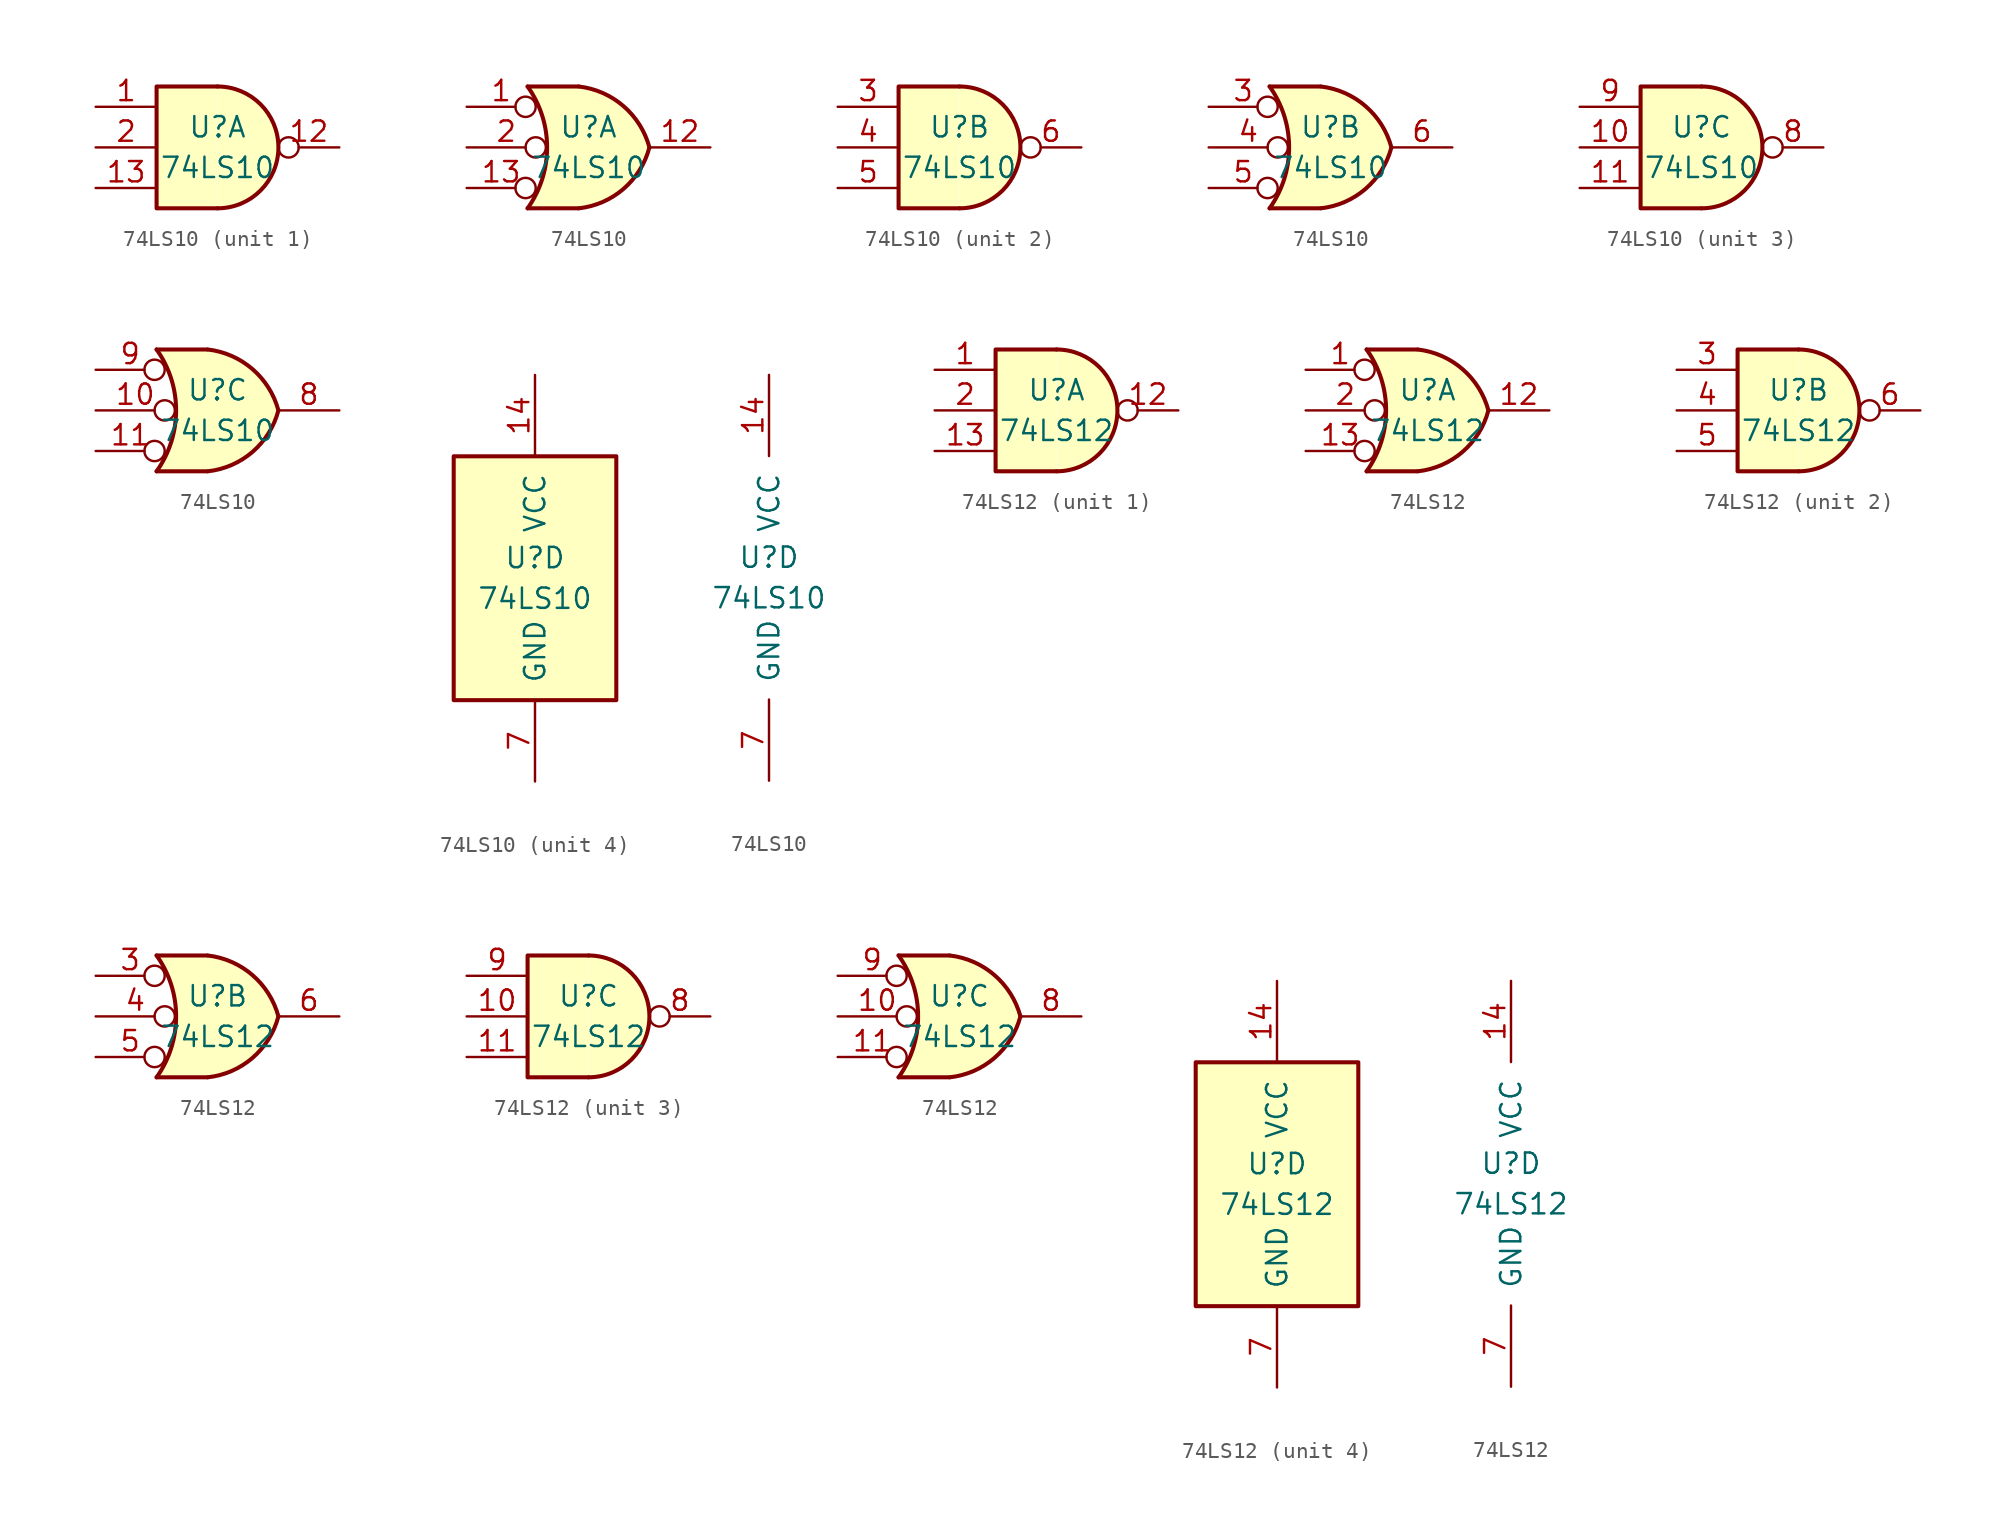
<source format=kicad_sym>
(kicad_symbol_lib
  (version 20241209)
  (generator "kicad_symbol_editor")
  (generator_version "9.0")
  (symbol "74LS10"
    (pin_names
      (offset 1.016))
    (property "Reference" "U"
      (at 0 1.27 0)
      (effects (font (size 1.27 1.27))))
    (property "Value" "74LS10"
      (at 0 -1.27 0)
      (effects (font (size 1.27 1.27))))
    (property "ki_locked" ""
      (at 0 0 0)
      (effects (font (size 1.27 1.27))))
    (symbol "74LS10_1_1"
      (polyline (pts (xy 0 3.81) (xy -3.81 3.81) (xy -3.81 -3.81) (xy 0 -3.81)) (stroke (width 0.254) (type solid)) (fill (type background)))
      (arc (start 0 3.81) (mid 3.81 0) (end 0 -3.81) (stroke (width 0.254) (type solid)) (fill (type background)))
      (pin input line (at -7.62 2.54 0) (length 3.81) (name "~" (effects (font (size 1.27 1.27)))) (number "1" (effects (font (size 1.27 1.27)))))
      (pin input line (at -7.62 0 0) (length 3.81) (name "~" (effects (font (size 1.27 1.27)))) (number "2" (effects (font (size 1.27 1.27)))))
      (pin input line (at -7.62 -2.54 0) (length 3.81) (name "~" (effects (font (size 1.27 1.27)))) (number "13" (effects (font (size 1.27 1.27)))))
      (pin output inverted (at 7.62 0 180) (length 3.81) (name "~" (effects (font (size 1.27 1.27)))) (number "12" (effects (font (size 1.27 1.27))))))
    (symbol "74LS10_1_2"
      (arc (start -3.81 3.81) (mid -2.589 0) (end -3.81 -3.81) (stroke (width 0.254) (type solid)) (fill (type none)))
      (polyline (pts (xy -3.81 3.81) (xy -0.635 3.81)) (stroke (width 0.254) (type solid)) (fill (type background)))
      (polyline (pts (xy -3.81 -3.81) (xy -0.635 -3.81)) (stroke (width 0.254) (type solid)) (fill (type background)))
      (arc (start 3.81 0) (mid 2.1915 -2.5936) (end -0.6096 -3.81) (stroke (width 0.254) (type solid)) (fill (type background)))
      (arc (start -0.6096 3.81) (mid 2.1842 2.5851) (end 3.81 0) (stroke (width 0.254) (type solid)) (fill (type background)))
      (polyline (pts (xy -0.635 3.81) (xy -3.81 3.81) (xy -3.81 3.81) (xy -3.556 3.404) (xy -3.023 2.261) (xy -2.692 1.041) (xy -2.616 -0.254) (xy -2.769 -1.499) (xy -3.175 -2.718) (xy -3.81 -3.81) (xy -3.81 -3.81) (xy -0.635 -3.81)) (stroke (width -25.4) (type solid)) (fill (type background)))
      (pin input inverted (at -7.62 2.54 0) (length 4.318) (name "~" (effects (font (size 1.27 1.27)))) (number "1" (effects (font (size 1.27 1.27)))))
      (pin input inverted (at -7.62 0 0) (length 4.953) (name "~" (effects (font (size 1.27 1.27)))) (number "2" (effects (font (size 1.27 1.27)))))
      (pin input inverted (at -7.62 -2.54 0) (length 4.318) (name "~" (effects (font (size 1.27 1.27)))) (number "13" (effects (font (size 1.27 1.27)))))
      (pin output line (at 7.62 0 180) (length 3.81) (name "~" (effects (font (size 1.27 1.27)))) (number "12" (effects (font (size 1.27 1.27))))))
    (symbol "74LS10_2_1"
      (polyline (pts (xy 0 3.81) (xy -3.81 3.81) (xy -3.81 -3.81) (xy 0 -3.81)) (stroke (width 0.254) (type solid)) (fill (type background)))
      (arc (start 0 3.81) (mid 3.81 0) (end 0 -3.81) (stroke (width 0.254) (type solid)) (fill (type background)))
      (pin input line (at -7.62 2.54 0) (length 3.81) (name "~" (effects (font (size 1.27 1.27)))) (number "3" (effects (font (size 1.27 1.27)))))
      (pin input line (at -7.62 0 0) (length 3.81) (name "~" (effects (font (size 1.27 1.27)))) (number "4" (effects (font (size 1.27 1.27)))))
      (pin input line (at -7.62 -2.54 0) (length 3.81) (name "~" (effects (font (size 1.27 1.27)))) (number "5" (effects (font (size 1.27 1.27)))))
      (pin output inverted (at 7.62 0 180) (length 3.81) (name "~" (effects (font (size 1.27 1.27)))) (number "6" (effects (font (size 1.27 1.27))))))
    (symbol "74LS10_2_2"
      (arc (start -3.81 3.81) (mid -2.589 0) (end -3.81 -3.81) (stroke (width 0.254) (type solid)) (fill (type none)))
      (polyline (pts (xy -3.81 3.81) (xy -0.635 3.81)) (stroke (width 0.254) (type solid)) (fill (type background)))
      (polyline (pts (xy -3.81 -3.81) (xy -0.635 -3.81)) (stroke (width 0.254) (type solid)) (fill (type background)))
      (arc (start 3.81 0) (mid 2.1915 -2.5936) (end -0.6096 -3.81) (stroke (width 0.254) (type solid)) (fill (type background)))
      (arc (start -0.6096 3.81) (mid 2.1842 2.5851) (end 3.81 0) (stroke (width 0.254) (type solid)) (fill (type background)))
      (polyline (pts (xy -0.635 3.81) (xy -3.81 3.81) (xy -3.81 3.81) (xy -3.556 3.404) (xy -3.023 2.261) (xy -2.692 1.041) (xy -2.616 -0.254) (xy -2.769 -1.499) (xy -3.175 -2.718) (xy -3.81 -3.81) (xy -3.81 -3.81) (xy -0.635 -3.81)) (stroke (width -25.4) (type solid)) (fill (type background)))
      (pin input inverted (at -7.62 2.54 0) (length 4.318) (name "~" (effects (font (size 1.27 1.27)))) (number "3" (effects (font (size 1.27 1.27)))))
      (pin input inverted (at -7.62 0 0) (length 4.953) (name "~" (effects (font (size 1.27 1.27)))) (number "4" (effects (font (size 1.27 1.27)))))
      (pin input inverted (at -7.62 -2.54 0) (length 4.318) (name "~" (effects (font (size 1.27 1.27)))) (number "5" (effects (font (size 1.27 1.27)))))
      (pin output line (at 7.62 0 180) (length 3.81) (name "~" (effects (font (size 1.27 1.27)))) (number "6" (effects (font (size 1.27 1.27))))))
    (symbol "74LS10_3_1"
      (polyline (pts (xy 0 3.81) (xy -3.81 3.81) (xy -3.81 -3.81) (xy 0 -3.81)) (stroke (width 0.254) (type solid)) (fill (type background)))
      (arc (start 0 3.81) (mid 3.81 0) (end 0 -3.81) (stroke (width 0.254) (type solid)) (fill (type background)))
      (pin input line (at -7.62 2.54 0) (length 3.81) (name "~" (effects (font (size 1.27 1.27)))) (number "9" (effects (font (size 1.27 1.27)))))
      (pin input line (at -7.62 0 0) (length 3.81) (name "~" (effects (font (size 1.27 1.27)))) (number "10" (effects (font (size 1.27 1.27)))))
      (pin input line (at -7.62 -2.54 0) (length 3.81) (name "~" (effects (font (size 1.27 1.27)))) (number "11" (effects (font (size 1.27 1.27)))))
      (pin output inverted (at 7.62 0 180) (length 3.81) (name "~" (effects (font (size 1.27 1.27)))) (number "8" (effects (font (size 1.27 1.27))))))
    (symbol "74LS10_3_2"
      (arc (start -3.81 3.81) (mid -2.589 0) (end -3.81 -3.81) (stroke (width 0.254) (type solid)) (fill (type none)))
      (polyline (pts (xy -3.81 3.81) (xy -0.635 3.81)) (stroke (width 0.254) (type solid)) (fill (type background)))
      (polyline (pts (xy -3.81 -3.81) (xy -0.635 -3.81)) (stroke (width 0.254) (type solid)) (fill (type background)))
      (arc (start 3.81 0) (mid 2.1915 -2.5936) (end -0.6096 -3.81) (stroke (width 0.254) (type solid)) (fill (type background)))
      (arc (start -0.6096 3.81) (mid 2.1842 2.5851) (end 3.81 0) (stroke (width 0.254) (type solid)) (fill (type background)))
      (polyline (pts (xy -0.635 3.81) (xy -3.81 3.81) (xy -3.81 3.81) (xy -3.556 3.404) (xy -3.023 2.261) (xy -2.692 1.041) (xy -2.616 -0.254) (xy -2.769 -1.499) (xy -3.175 -2.718) (xy -3.81 -3.81) (xy -3.81 -3.81) (xy -0.635 -3.81)) (stroke (width -25.4) (type solid)) (fill (type background)))
      (pin input inverted (at -7.62 2.54 0) (length 4.318) (name "~" (effects (font (size 1.27 1.27)))) (number "9" (effects (font (size 1.27 1.27)))))
      (pin input inverted (at -7.62 0 0) (length 4.953) (name "~" (effects (font (size 1.27 1.27)))) (number "10" (effects (font (size 1.27 1.27)))))
      (pin input inverted (at -7.62 -2.54 0) (length 4.318) (name "~" (effects (font (size 1.27 1.27)))) (number "11" (effects (font (size 1.27 1.27)))))
      (pin output line (at 7.62 0 180) (length 3.81) (name "~" (effects (font (size 1.27 1.27)))) (number "8" (effects (font (size 1.27 1.27))))))
    (symbol "74LS10_4_0"
      (pin power_in line (at 0 12.7 270) (length 5.08) (name "VCC" (effects (font (size 1.27 1.27)))) (number "14" (effects (font (size 1.27 1.27)))))
      (pin power_in line (at 0 -12.7 90) (length 5.08) (name "GND" (effects (font (size 1.27 1.27)))) (number "7" (effects (font (size 1.27 1.27))))))
    (symbol "74LS10_4_1"
      (rectangle (start -5.08 7.62) (end 5.08 -7.62) (stroke (width 0.254) (type solid)) (fill (type background)))))
  (symbol "74LS12"
    (pin_names
      (offset 1.016))
    (property "Reference" "U"
      (at 0 1.27 0)
      (effects (font (size 1.27 1.27))))
    (property "Value" "74LS12"
      (at 0 -1.27 0)
      (effects (font (size 1.27 1.27))))
    (property "ki_locked" ""
      (at 0 0 0)
      (effects (font (size 1.27 1.27))))
    (symbol "74LS12_1_1"
      (polyline (pts (xy 0 3.81) (xy -3.81 3.81) (xy -3.81 -3.81) (xy 0 -3.81)) (stroke (width 0.254) (type solid)) (fill (type background)))
      (arc (start 0 3.81) (mid 3.81 0) (end 0 -3.81) (stroke (width 0.254) (type solid)) (fill (type background)))
      (pin input line (at -7.62 2.54 0) (length 3.81) (name "~" (effects (font (size 1.27 1.27)))) (number "1" (effects (font (size 1.27 1.27)))))
      (pin input line (at -7.62 0 0) (length 3.81) (name "~" (effects (font (size 1.27 1.27)))) (number "2" (effects (font (size 1.27 1.27)))))
      (pin input line (at -7.62 -2.54 0) (length 3.81) (name "~" (effects (font (size 1.27 1.27)))) (number "13" (effects (font (size 1.27 1.27)))))
      (pin open_collector inverted (at 7.62 0 180) (length 3.81) (name "~" (effects (font (size 1.27 1.27)))) (number "12" (effects (font (size 1.27 1.27))))))
    (symbol "74LS12_1_2"
      (arc (start -3.81 3.81) (mid -2.589 0) (end -3.81 -3.81) (stroke (width 0.254) (type solid)) (fill (type none)))
      (polyline (pts (xy -3.81 3.81) (xy -0.635 3.81)) (stroke (width 0.254) (type solid)) (fill (type background)))
      (polyline (pts (xy -3.81 -3.81) (xy -0.635 -3.81)) (stroke (width 0.254) (type solid)) (fill (type background)))
      (arc (start 3.81 0) (mid 2.1915 -2.5936) (end -0.6096 -3.81) (stroke (width 0.254) (type solid)) (fill (type background)))
      (arc (start -0.6096 3.81) (mid 2.1842 2.5851) (end 3.81 0) (stroke (width 0.254) (type solid)) (fill (type background)))
      (polyline (pts (xy -0.635 3.81) (xy -3.81 3.81) (xy -3.81 3.81) (xy -3.556 3.404) (xy -3.023 2.261) (xy -2.692 1.041) (xy -2.616 -0.254) (xy -2.769 -1.499) (xy -3.175 -2.718) (xy -3.81 -3.81) (xy -3.81 -3.81) (xy -0.635 -3.81)) (stroke (width -25.4) (type solid)) (fill (type background)))
      (pin input inverted (at -7.62 2.54 0) (length 4.318) (name "~" (effects (font (size 1.27 1.27)))) (number "1" (effects (font (size 1.27 1.27)))))
      (pin input inverted (at -7.62 0 0) (length 4.953) (name "~" (effects (font (size 1.27 1.27)))) (number "2" (effects (font (size 1.27 1.27)))))
      (pin input inverted (at -7.62 -2.54 0) (length 4.318) (name "~" (effects (font (size 1.27 1.27)))) (number "13" (effects (font (size 1.27 1.27)))))
      (pin open_collector line (at 7.62 0 180) (length 3.81) (name "~" (effects (font (size 1.27 1.27)))) (number "12" (effects (font (size 1.27 1.27))))))
    (symbol "74LS12_2_1"
      (polyline (pts (xy 0 3.81) (xy -3.81 3.81) (xy -3.81 -3.81) (xy 0 -3.81)) (stroke (width 0.254) (type solid)) (fill (type background)))
      (arc (start 0 3.81) (mid 3.81 0) (end 0 -3.81) (stroke (width 0.254) (type solid)) (fill (type background)))
      (pin input line (at -7.62 2.54 0) (length 3.81) (name "~" (effects (font (size 1.27 1.27)))) (number "3" (effects (font (size 1.27 1.27)))))
      (pin input line (at -7.62 0 0) (length 3.81) (name "~" (effects (font (size 1.27 1.27)))) (number "4" (effects (font (size 1.27 1.27)))))
      (pin input line (at -7.62 -2.54 0) (length 3.81) (name "~" (effects (font (size 1.27 1.27)))) (number "5" (effects (font (size 1.27 1.27)))))
      (pin open_collector inverted (at 7.62 0 180) (length 3.81) (name "~" (effects (font (size 1.27 1.27)))) (number "6" (effects (font (size 1.27 1.27))))))
    (symbol "74LS12_2_2"
      (arc (start -3.81 3.81) (mid -2.589 0) (end -3.81 -3.81) (stroke (width 0.254) (type solid)) (fill (type none)))
      (polyline (pts (xy -3.81 3.81) (xy -0.635 3.81)) (stroke (width 0.254) (type solid)) (fill (type background)))
      (polyline (pts (xy -3.81 -3.81) (xy -0.635 -3.81)) (stroke (width 0.254) (type solid)) (fill (type background)))
      (arc (start 3.81 0) (mid 2.1915 -2.5936) (end -0.6096 -3.81) (stroke (width 0.254) (type solid)) (fill (type background)))
      (arc (start -0.6096 3.81) (mid 2.1842 2.5851) (end 3.81 0) (stroke (width 0.254) (type solid)) (fill (type background)))
      (polyline (pts (xy -0.635 3.81) (xy -3.81 3.81) (xy -3.81 3.81) (xy -3.556 3.404) (xy -3.023 2.261) (xy -2.692 1.041) (xy -2.616 -0.254) (xy -2.769 -1.499) (xy -3.175 -2.718) (xy -3.81 -3.81) (xy -3.81 -3.81) (xy -0.635 -3.81)) (stroke (width -25.4) (type solid)) (fill (type background)))
      (pin input inverted (at -7.62 2.54 0) (length 4.318) (name "~" (effects (font (size 1.27 1.27)))) (number "3" (effects (font (size 1.27 1.27)))))
      (pin input inverted (at -7.62 0 0) (length 4.953) (name "~" (effects (font (size 1.27 1.27)))) (number "4" (effects (font (size 1.27 1.27)))))
      (pin input inverted (at -7.62 -2.54 0) (length 4.318) (name "~" (effects (font (size 1.27 1.27)))) (number "5" (effects (font (size 1.27 1.27)))))
      (pin open_collector line (at 7.62 0 180) (length 3.81) (name "~" (effects (font (size 1.27 1.27)))) (number "6" (effects (font (size 1.27 1.27))))))
    (symbol "74LS12_3_1"
      (polyline (pts (xy 0 3.81) (xy -3.81 3.81) (xy -3.81 -3.81) (xy 0 -3.81)) (stroke (width 0.254) (type solid)) (fill (type background)))
      (arc (start 0 3.81) (mid 3.81 0) (end 0 -3.81) (stroke (width 0.254) (type solid)) (fill (type background)))
      (pin input line (at -7.62 2.54 0) (length 3.81) (name "~" (effects (font (size 1.27 1.27)))) (number "9" (effects (font (size 1.27 1.27)))))
      (pin input line (at -7.62 0 0) (length 3.81) (name "~" (effects (font (size 1.27 1.27)))) (number "10" (effects (font (size 1.27 1.27)))))
      (pin input line (at -7.62 -2.54 0) (length 3.81) (name "~" (effects (font (size 1.27 1.27)))) (number "11" (effects (font (size 1.27 1.27)))))
      (pin open_collector inverted (at 7.62 0 180) (length 3.81) (name "~" (effects (font (size 1.27 1.27)))) (number "8" (effects (font (size 1.27 1.27))))))
    (symbol "74LS12_3_2"
      (arc (start -3.81 3.81) (mid -2.589 0) (end -3.81 -3.81) (stroke (width 0.254) (type solid)) (fill (type none)))
      (polyline (pts (xy -3.81 3.81) (xy -0.635 3.81)) (stroke (width 0.254) (type solid)) (fill (type background)))
      (polyline (pts (xy -3.81 -3.81) (xy -0.635 -3.81)) (stroke (width 0.254) (type solid)) (fill (type background)))
      (arc (start 3.81 0) (mid 2.1915 -2.5936) (end -0.6096 -3.81) (stroke (width 0.254) (type solid)) (fill (type background)))
      (arc (start -0.6096 3.81) (mid 2.1842 2.5851) (end 3.81 0) (stroke (width 0.254) (type solid)) (fill (type background)))
      (polyline (pts (xy -0.635 3.81) (xy -3.81 3.81) (xy -3.81 3.81) (xy -3.556 3.404) (xy -3.023 2.261) (xy -2.692 1.041) (xy -2.616 -0.254) (xy -2.769 -1.499) (xy -3.175 -2.718) (xy -3.81 -3.81) (xy -3.81 -3.81) (xy -0.635 -3.81)) (stroke (width -25.4) (type solid)) (fill (type background)))
      (pin input inverted (at -7.62 2.54 0) (length 4.318) (name "~" (effects (font (size 1.27 1.27)))) (number "9" (effects (font (size 1.27 1.27)))))
      (pin input inverted (at -7.62 0 0) (length 4.953) (name "~" (effects (font (size 1.27 1.27)))) (number "10" (effects (font (size 1.27 1.27)))))
      (pin input inverted (at -7.62 -2.54 0) (length 4.318) (name "~" (effects (font (size 1.27 1.27)))) (number "11" (effects (font (size 1.27 1.27)))))
      (pin open_collector line (at 7.62 0 180) (length 3.81) (name "~" (effects (font (size 1.27 1.27)))) (number "8" (effects (font (size 1.27 1.27))))))
    (symbol "74LS12_4_0"
      (pin power_in line (at 0 12.7 270) (length 5.08) (name "VCC" (effects (font (size 1.27 1.27)))) (number "14" (effects (font (size 1.27 1.27)))))
      (pin power_in line (at 0 -12.7 90) (length 5.08) (name "GND" (effects (font (size 1.27 1.27)))) (number "7" (effects (font (size 1.27 1.27))))))
    (symbol "74LS12_4_1"
      (rectangle (start -5.08 7.62) (end 5.08 -7.62) (stroke (width 0.254) (type solid)) (fill (type background))))))
</source>
